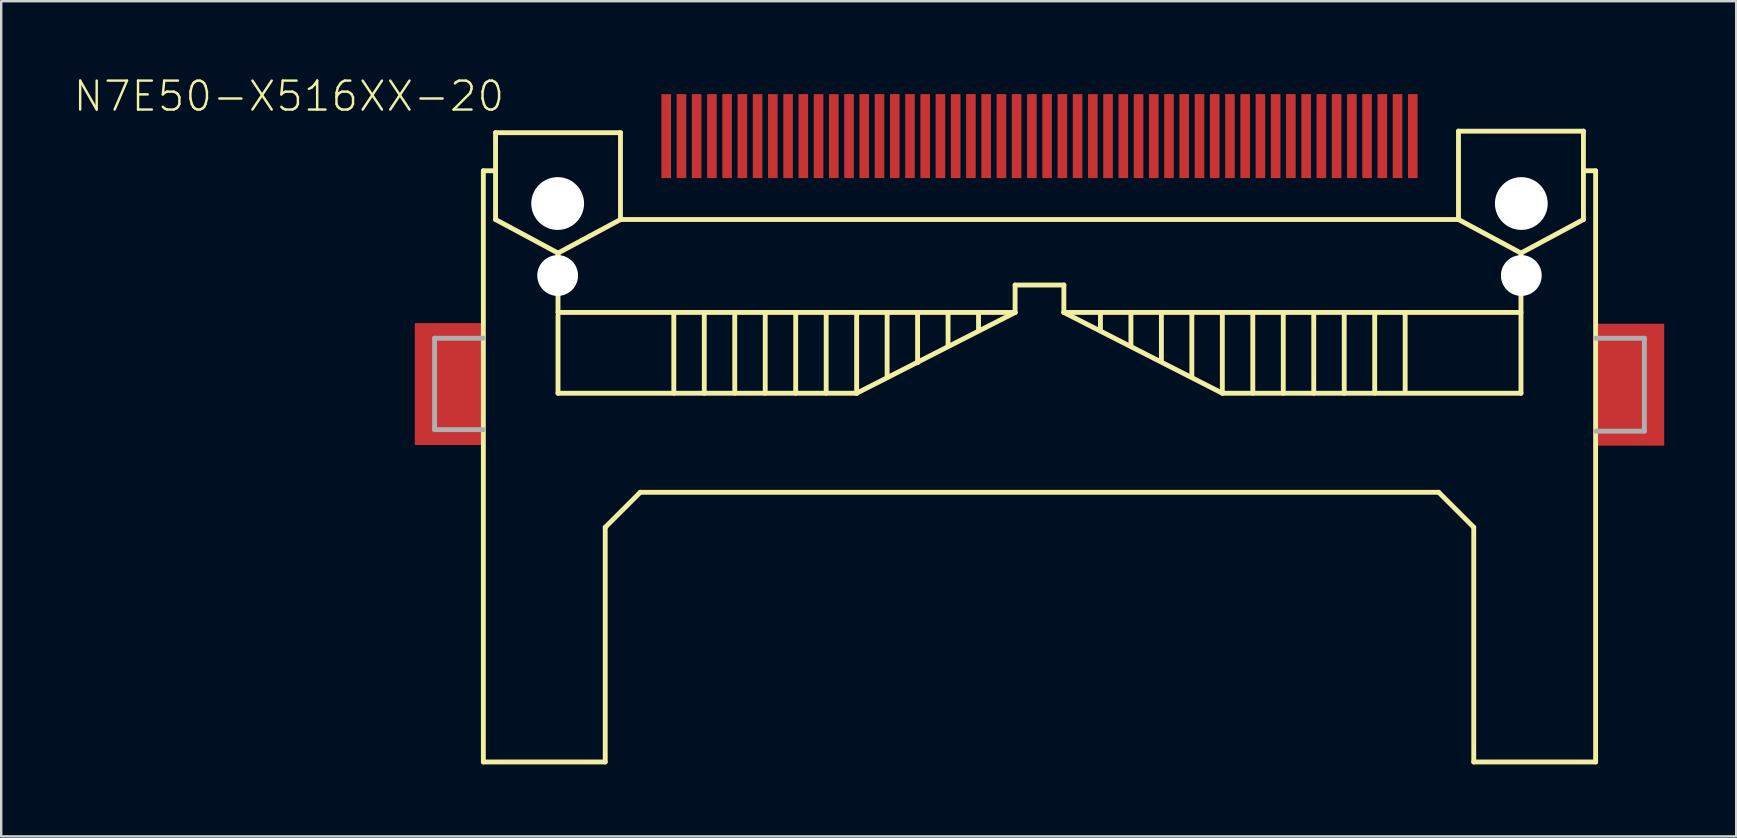
<source format=kicad_pcb>
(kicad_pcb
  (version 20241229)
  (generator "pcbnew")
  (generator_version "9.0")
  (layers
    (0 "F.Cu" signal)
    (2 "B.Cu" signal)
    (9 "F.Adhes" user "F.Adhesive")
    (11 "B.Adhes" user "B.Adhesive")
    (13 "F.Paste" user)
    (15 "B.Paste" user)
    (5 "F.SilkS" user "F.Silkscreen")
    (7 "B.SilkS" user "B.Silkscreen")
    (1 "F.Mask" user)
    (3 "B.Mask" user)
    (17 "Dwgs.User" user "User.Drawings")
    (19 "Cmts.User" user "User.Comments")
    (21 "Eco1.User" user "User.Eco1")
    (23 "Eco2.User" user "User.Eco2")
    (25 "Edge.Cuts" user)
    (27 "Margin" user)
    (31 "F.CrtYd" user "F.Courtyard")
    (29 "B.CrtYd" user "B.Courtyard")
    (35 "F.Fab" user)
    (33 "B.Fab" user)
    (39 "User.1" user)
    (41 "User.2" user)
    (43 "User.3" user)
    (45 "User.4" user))
  (footprint "N7E50-X516XX-20"
    (layer "F.Cu")
    (at 40.271 5.432)
    (property "Reference" "N7E50-X516XX-20" (at -22.225 -5.175 0) (layer "F.SilkS") (effects (font (size 1.206 1.206) (thickness 0.102)) (justify right top)))
    (attr through_hole)
    (fp_poly (pts (xy -26.035 10.065) (xy -23.177 10.065) (xy -23.177 4.985) (xy -26.035 4.985)) (stroke (width 0) (type solid)) (fill yes) (layer "F.Cu"))
    (fp_poly (pts (xy 23.177 10.09) (xy 26.035 10.09) (xy 26.035 5.01) (xy 23.177 5.01)) (stroke (width 0) (type solid)) (fill yes) (layer "F.Cu"))
    (fp_poly (pts (xy -26.025 10.05) (xy -23.175 10.05) (xy -23.175 5) (xy -26.025 5)) (stroke (width 0) (type solid)) (fill yes) (layer "F.Mask"))
    (fp_poly (pts (xy 23.175 10.075) (xy 26.025 10.075) (xy 26.025 5.025) (xy 23.175 5.025)) (stroke (width 0) (type solid)) (fill yes) (layer "F.Mask"))
    (fp_line (start -23.177 -1.365) (end -22.669 -1.365) (stroke (width 0.203) (type solid)) (layer "F.SilkS"))
    (fp_line (start -23.177 23.273) (end -23.177 -1.365) (stroke (width 0.203) (type solid)) (layer "F.SilkS"))
    (fp_line (start -22.669 -2.953) (end -17.462 -2.953) (stroke (width 0.203) (type solid)) (layer "F.SilkS"))
    (fp_line (start -22.669 -1.365) (end -22.669 -2.953) (stroke (width 0.203) (type solid)) (layer "F.SilkS"))
    (fp_line (start -22.669 0.667) (end -22.669 -1.365) (stroke (width 0.203) (type solid)) (layer "F.SilkS"))
    (fp_line (start -20.066 2.064) (end -22.669 0.667) (stroke (width 0.203) (type solid)) (layer "F.SilkS"))
    (fp_line (start -20.066 2.064) (end -20.066 4.54) (stroke (width 0.203) (type solid)) (layer "F.SilkS"))
    (fp_line (start -20.066 4.54) (end -1.016 4.54) (stroke (width 0.203) (type solid)) (layer "F.SilkS"))
    (fp_line (start -20.066 7.906) (end -20.066 4.668) (stroke (width 0.203) (type solid)) (layer "F.SilkS"))
    (fp_line (start -18.098 13.494) (end -18.098 23.273) (stroke (width 0.203) (type solid)) (layer "F.SilkS"))
    (fp_line (start -18.098 23.273) (end -23.177 23.273) (stroke (width 0.203) (type solid)) (layer "F.SilkS"))
    (fp_line (start -17.462 -2.953) (end -17.462 0.667) (stroke (width 0.203) (type solid)) (layer "F.SilkS"))
    (fp_line (start -17.462 0.667) (end -20.066 2.064) (stroke (width 0.203) (type solid)) (layer "F.SilkS"))
    (fp_line (start -17.462 0.667) (end 17.462 0.667) (stroke (width 0.203) (type solid)) (layer "F.SilkS"))
    (fp_line (start -16.637 12.034) (end -18.098 13.494) (stroke (width 0.203) (type solid)) (layer "F.SilkS"))
    (fp_line (start -15.24 4.604) (end -15.24 7.906) (stroke (width 0.203) (type solid)) (layer "F.SilkS"))
    (fp_line (start -13.97 4.604) (end -13.97 7.906) (stroke (width 0.203) (type solid)) (layer "F.SilkS"))
    (fp_line (start -12.7 4.604) (end -12.7 7.906) (stroke (width 0.203) (type solid)) (layer "F.SilkS"))
    (fp_line (start -11.43 4.604) (end -11.43 7.906) (stroke (width 0.203) (type solid)) (layer "F.SilkS"))
    (fp_line (start -10.16 4.604) (end -10.16 7.906) (stroke (width 0.203) (type solid)) (layer "F.SilkS"))
    (fp_line (start -8.89 4.604) (end -8.89 7.906) (stroke (width 0.203) (type solid)) (layer "F.SilkS"))
    (fp_line (start -7.62 4.604) (end -7.62 7.906) (stroke (width 0.203) (type solid)) (layer "F.SilkS"))
    (fp_line (start -7.62 7.906) (end -20.066 7.906) (stroke (width 0.203) (type solid)) (layer "F.SilkS"))
    (fp_line (start -6.35 4.604) (end -6.35 7.207) (stroke (width 0.203) (type solid)) (layer "F.SilkS"))
    (fp_line (start -5.08 4.604) (end -5.08 6.636) (stroke (width 0.203) (type solid)) (layer "F.SilkS"))
    (fp_line (start -3.81 4.604) (end -3.81 5.938) (stroke (width 0.203) (type solid)) (layer "F.SilkS"))
    (fp_line (start -2.54 4.604) (end -2.54 5.303) (stroke (width 0.203) (type solid)) (layer "F.SilkS"))
    (fp_line (start -1.016 3.397) (end 1.016 3.397) (stroke (width 0.203) (type solid)) (layer "F.SilkS"))
    (fp_line (start -1.016 4.54) (end -7.62 7.906) (stroke (width 0.203) (type solid)) (layer "F.SilkS"))
    (fp_line (start -1.016 4.54) (end -1.016 3.397) (stroke (width 0.203) (type solid)) (layer "F.SilkS"))
    (fp_line (start 1.016 3.397) (end 1.016 4.54) (stroke (width 0.203) (type solid)) (layer "F.SilkS"))
    (fp_line (start 1.016 4.54) (end 20.066 4.54) (stroke (width 0.203) (type solid)) (layer "F.SilkS"))
    (fp_line (start 2.54 4.604) (end 2.54 5.239) (stroke (width 0.203) (type solid)) (layer "F.SilkS"))
    (fp_line (start 3.81 4.604) (end 3.81 5.874) (stroke (width 0.203) (type solid)) (layer "F.SilkS"))
    (fp_line (start 5.08 4.604) (end 5.08 6.509) (stroke (width 0.203) (type solid)) (layer "F.SilkS"))
    (fp_line (start 6.35 4.604) (end 6.35 7.207) (stroke (width 0.203) (type solid)) (layer "F.SilkS"))
    (fp_line (start 7.62 4.604) (end 7.62 7.843) (stroke (width 0.203) (type solid)) (layer "F.SilkS"))
    (fp_line (start 7.62 7.906) (end 1.016 4.54) (stroke (width 0.203) (type solid)) (layer "F.SilkS"))
    (fp_line (start 8.89 4.604) (end 8.89 7.906) (stroke (width 0.203) (type solid)) (layer "F.SilkS"))
    (fp_line (start 10.16 4.604) (end 10.16 7.906) (stroke (width 0.203) (type solid)) (layer "F.SilkS"))
    (fp_line (start 11.43 4.604) (end 11.43 7.906) (stroke (width 0.203) (type solid)) (layer "F.SilkS"))
    (fp_line (start 12.7 4.604) (end 12.7 7.906) (stroke (width 0.203) (type solid)) (layer "F.SilkS"))
    (fp_line (start 13.97 4.604) (end 13.97 7.906) (stroke (width 0.203) (type solid)) (layer "F.SilkS"))
    (fp_line (start 15.24 7.843) (end 15.24 4.604) (stroke (width 0.203) (type solid)) (layer "F.SilkS"))
    (fp_line (start 16.637 12.034) (end -16.637 12.034) (stroke (width 0.203) (type solid)) (layer "F.SilkS"))
    (fp_line (start 17.462 -3.016) (end 22.669 -3.016) (stroke (width 0.203) (type solid)) (layer "F.SilkS"))
    (fp_line (start 17.462 0.667) (end 17.462 -3.016) (stroke (width 0.203) (type solid)) (layer "F.SilkS"))
    (fp_line (start 18.098 13.494) (end 16.637 12.034) (stroke (width 0.203) (type solid)) (layer "F.SilkS"))
    (fp_line (start 18.098 23.273) (end 18.098 13.494) (stroke (width 0.203) (type solid)) (layer "F.SilkS"))
    (fp_line (start 20.066 2.064) (end 17.462 0.667) (stroke (width 0.203) (type solid)) (layer "F.SilkS"))
    (fp_line (start 20.066 4.54) (end 20.066 2.064) (stroke (width 0.203) (type solid)) (layer "F.SilkS"))
    (fp_line (start 20.066 4.604) (end 20.066 7.906) (stroke (width 0.203) (type solid)) (layer "F.SilkS"))
    (fp_line (start 20.066 7.906) (end 7.62 7.906) (stroke (width 0.203) (type solid)) (layer "F.SilkS"))
    (fp_line (start 22.669 -3.016) (end 22.669 -1.365) (stroke (width 0.203) (type solid)) (layer "F.SilkS"))
    (fp_line (start 22.669 -1.365) (end 22.669 0.667) (stroke (width 0.203) (type solid)) (layer "F.SilkS"))
    (fp_line (start 22.669 -1.365) (end 23.177 -1.365) (stroke (width 0.203) (type solid)) (layer "F.SilkS"))
    (fp_line (start 22.669 0.667) (end 20.066 2.064) (stroke (width 0.203) (type solid)) (layer "F.SilkS"))
    (fp_line (start 23.177 -1.365) (end 23.177 23.273) (stroke (width 0.203) (type solid)) (layer "F.SilkS"))
    (fp_line (start 23.177 23.273) (end 18.098 23.273) (stroke (width 0.203) (type solid)) (layer "F.SilkS"))
    (fp_poly (pts (xy -26 10.025) (xy -23.2 10.025) (xy -23.2 5.025) (xy -26 5.025)) (stroke (width 0) (type solid)) (fill yes) (layer "F.Paste"))
    (fp_poly (pts (xy 23.2 10.05) (xy 26 10.05) (xy 26 5.05) (xy 23.2 5.05)) (stroke (width 0) (type solid)) (fill yes) (layer "F.Paste"))
    (fp_line (start -25.209 5.613) (end -23.177 5.613) (stroke (width 0.203) (type solid)) (layer "F.Fab"))
    (fp_line (start -25.209 9.423) (end -25.209 5.613) (stroke (width 0.203) (type solid)) (layer "F.Fab"))
    (fp_line (start -23.177 9.423) (end -25.209 9.423) (stroke (width 0.203) (type solid)) (layer "F.Fab"))
    (fp_line (start 23.177 5.613) (end 25.209 5.613) (stroke (width 0.203) (type solid)) (layer "F.Fab"))
    (fp_line (start 25.209 5.613) (end 25.209 9.486) (stroke (width 0.203) (type solid)) (layer "F.Fab"))
    (fp_line (start 25.209 9.486) (end 23.177 9.486) (stroke (width 0.203) (type solid)) (layer "F.Fab"))
    (pad "" np_thru_hole circle (at -20.08 0) (size 2.2 2.2) (drill 2.2) (layers "*.Cu" "*.Mask"))
    (pad "" np_thru_hole circle (at -20.08 3) (size 1.7 1.7) (drill 1.7) (layers "*.Cu" "*.Mask"))
    (pad "" np_thru_hole circle (at 20.08 0) (size 2.2 2.2) (drill 2.2) (layers "*.Cu" "*.Mask"))
    (pad "" np_thru_hole circle (at 20.08 3) (size 1.7 1.7) (drill 1.7) (layers "*.Cu" "*.Mask"))
    (pad "1" smd rect (at -15.557 -2.81) (size 0.4 3.5) (layers "F.Cu" "F.Mask" "F.Paste"))
    (pad "2" smd rect (at -14.287 -2.81) (size 0.4 3.5) (layers "F.Cu" "F.Mask" "F.Paste"))
    (pad "3" smd rect (at -13.018 -2.81) (size 0.4 3.5) (layers "F.Cu" "F.Mask" "F.Paste"))
    (pad "4" smd rect (at -11.748 -2.81) (size 0.4 3.5) (layers "F.Cu" "F.Mask" "F.Paste"))
    (pad "5" smd rect (at -10.477 -2.81) (size 0.4 3.5) (layers "F.Cu" "F.Mask" "F.Paste"))
    (pad "6" smd rect (at -9.207 -2.81) (size 0.4 3.5) (layers "F.Cu" "F.Mask" "F.Paste"))
    (pad "7" smd rect (at -7.938 -2.81) (size 0.4 3.5) (layers "F.Cu" "F.Mask" "F.Paste"))
    (pad "8" smd rect (at -6.668 -2.81) (size 0.4 3.5) (layers "F.Cu" "F.Mask" "F.Paste"))
    (pad "9" smd rect (at -5.397 -2.81) (size 0.4 3.5) (layers "F.Cu" "F.Mask" "F.Paste"))
    (pad "10" smd rect (at -4.128 -2.81) (size 0.4 3.5) (layers "F.Cu" "F.Mask" "F.Paste"))
    (pad "11" smd rect (at -2.857 -2.81) (size 0.4 3.5) (layers "F.Cu" "F.Mask" "F.Paste"))
    (pad "12" smd rect (at -1.587 -2.81) (size 0.4 3.5) (layers "F.Cu" "F.Mask" "F.Paste"))
    (pad "13" smd rect (at -0.318 -2.81) (size 0.4 3.5) (layers "F.Cu" "F.Mask" "F.Paste"))
    (pad "14" smd rect (at 0.953 -2.81) (size 0.4 3.5) (layers "F.Cu" "F.Mask" "F.Paste"))
    (pad "15" smd rect (at 2.223 -2.81) (size 0.4 3.5) (layers "F.Cu" "F.Mask" "F.Paste"))
    (pad "16" smd rect (at 3.493 -2.81) (size 0.4 3.5) (layers "F.Cu" "F.Mask" "F.Paste"))
    (pad "17" smd rect (at 4.763 -2.81) (size 0.4 3.5) (layers "F.Cu" "F.Mask" "F.Paste"))
    (pad "18" smd rect (at 6.032 -2.81) (size 0.4 3.5) (layers "F.Cu" "F.Mask" "F.Paste"))
    (pad "19" smd rect (at 7.303 -2.81) (size 0.4 3.5) (layers "F.Cu" "F.Mask" "F.Paste"))
    (pad "20" smd rect (at 8.572 -2.81) (size 0.4 3.5) (layers "F.Cu" "F.Mask" "F.Paste"))
    (pad "21" smd rect (at 9.842 -2.81) (size 0.4 3.5) (layers "F.Cu" "F.Mask" "F.Paste"))
    (pad "22" smd rect (at 11.113 -2.81) (size 0.4 3.5) (layers "F.Cu" "F.Mask" "F.Paste"))
    (pad "23" smd rect (at 12.383 -2.81) (size 0.4 3.5) (layers "F.Cu" "F.Mask" "F.Paste"))
    (pad "24" smd rect (at 13.652 -2.81) (size 0.4 3.5) (layers "F.Cu" "F.Mask" "F.Paste"))
    (pad "25" smd rect (at 14.922 -2.81) (size 0.4 3.5) (layers "F.Cu" "F.Mask" "F.Paste"))
    (pad "26" smd rect (at -14.922 -2.81) (size 0.4 3.5) (layers "F.Cu" "F.Mask" "F.Paste"))
    (pad "27" smd rect (at -13.652 -2.81) (size 0.4 3.5) (layers "F.Cu" "F.Mask" "F.Paste"))
    (pad "28" smd rect (at -12.383 -2.81) (size 0.4 3.5) (layers "F.Cu" "F.Mask" "F.Paste"))
    (pad "29" smd rect (at -11.113 -2.81) (size 0.4 3.5) (layers "F.Cu" "F.Mask" "F.Paste"))
    (pad "30" smd rect (at -9.842 -2.81) (size 0.4 3.5) (layers "F.Cu" "F.Mask" "F.Paste"))
    (pad "31" smd rect (at -8.572 -2.81) (size 0.4 3.5) (layers "F.Cu" "F.Mask" "F.Paste"))
    (pad "32" smd rect (at -7.303 -2.81) (size 0.4 3.5) (layers "F.Cu" "F.Mask" "F.Paste"))
    (pad "33" smd rect (at -6.032 -2.81) (size 0.4 3.5) (layers "F.Cu" "F.Mask" "F.Paste"))
    (pad "34" smd rect (at -4.763 -2.81) (size 0.4 3.5) (layers "F.Cu" "F.Mask" "F.Paste"))
    (pad "35" smd rect (at -3.493 -2.81) (size 0.4 3.5) (layers "F.Cu" "F.Mask" "F.Paste"))
    (pad "36" smd rect (at -2.223 -2.81) (size 0.4 3.5) (layers "F.Cu" "F.Mask" "F.Paste"))
    (pad "37" smd rect (at -0.953 -2.81) (size 0.4 3.5) (layers "F.Cu" "F.Mask" "F.Paste"))
    (pad "38" smd rect (at 0.318 -2.81) (size 0.4 3.5) (layers "F.Cu" "F.Mask" "F.Paste"))
    (pad "39" smd rect (at 1.587 -2.81) (size 0.4 3.5) (layers "F.Cu" "F.Mask" "F.Paste"))
    (pad "40" smd rect (at 2.857 -2.81) (size 0.4 3.5) (layers "F.Cu" "F.Mask" "F.Paste"))
    (pad "41" smd rect (at 4.128 -2.81) (size 0.4 3.5) (layers "F.Cu" "F.Mask" "F.Paste"))
    (pad "42" smd rect (at 5.397 -2.81) (size 0.4 3.5) (layers "F.Cu" "F.Mask" "F.Paste"))
    (pad "43" smd rect (at 6.668 -2.81) (size 0.4 3.5) (layers "F.Cu" "F.Mask" "F.Paste"))
    (pad "44" smd rect (at 7.938 -2.81) (size 0.4 3.5) (layers "F.Cu" "F.Mask" "F.Paste"))
    (pad "45" smd rect (at 9.207 -2.81) (size 0.4 3.5) (layers "F.Cu" "F.Mask" "F.Paste"))
    (pad "46" smd rect (at 10.477 -2.81) (size 0.4 3.5) (layers "F.Cu" "F.Mask" "F.Paste"))
    (pad "47" smd rect (at 11.748 -2.81) (size 0.4 3.5) (layers "F.Cu" "F.Mask" "F.Paste"))
    (pad "48" smd rect (at 13.018 -2.81) (size 0.4 3.5) (layers "F.Cu" "F.Mask" "F.Paste"))
    (pad "49" smd rect (at 14.287 -2.81) (size 0.4 3.5) (layers "F.Cu" "F.Mask" "F.Paste"))
    (pad "50" smd rect (at 15.557 -2.81) (size 0.4 3.5) (layers "F.Cu" "F.Mask" "F.Paste")))
  (gr_rect
    (start -3 -3)
    (end 69.306 31.807)
    (stroke (width 0.1) (type default))
    (fill no)
    (layer "Edge.Cuts")))
</source>
